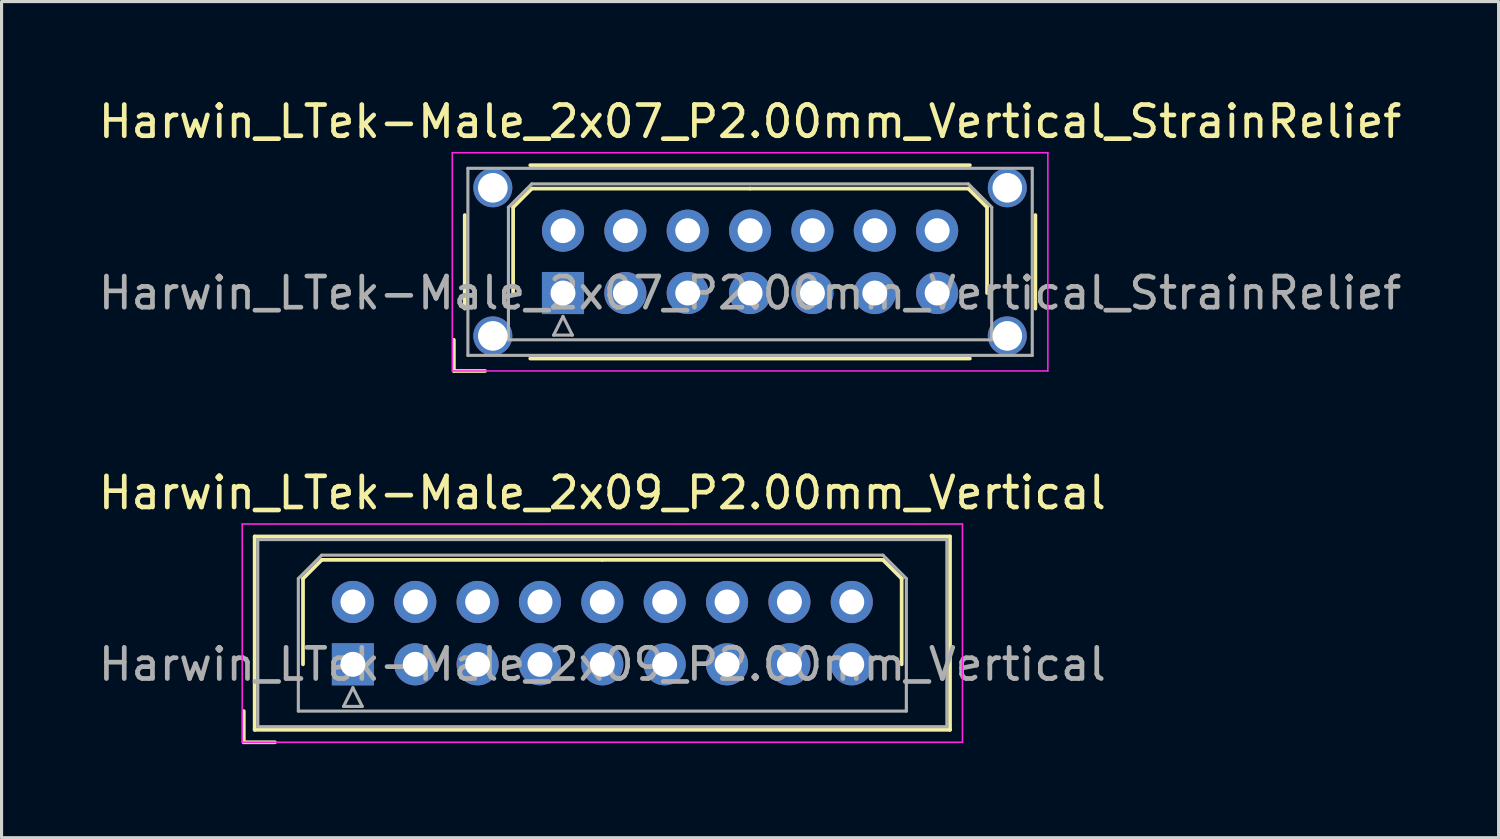
<source format=kicad_pcb>
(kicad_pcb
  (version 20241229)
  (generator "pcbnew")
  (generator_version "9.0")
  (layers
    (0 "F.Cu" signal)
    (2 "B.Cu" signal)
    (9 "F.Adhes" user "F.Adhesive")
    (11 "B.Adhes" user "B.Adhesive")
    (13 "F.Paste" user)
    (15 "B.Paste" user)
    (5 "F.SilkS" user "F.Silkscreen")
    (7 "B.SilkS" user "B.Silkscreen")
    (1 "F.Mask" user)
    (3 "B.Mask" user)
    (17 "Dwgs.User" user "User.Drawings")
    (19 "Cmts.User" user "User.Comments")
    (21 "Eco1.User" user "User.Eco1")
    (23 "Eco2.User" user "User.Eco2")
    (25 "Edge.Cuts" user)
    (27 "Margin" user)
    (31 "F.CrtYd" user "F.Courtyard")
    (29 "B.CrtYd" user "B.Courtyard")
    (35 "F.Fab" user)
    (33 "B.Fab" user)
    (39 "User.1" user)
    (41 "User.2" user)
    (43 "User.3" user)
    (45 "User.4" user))
  (footprint "Harwin_LTek-Male_2x09_P2.00mm_Vertical"
    (layer "F.Cu")
    (at 8.268 18.256)
    (property "Reference" "Harwin_LTek-Male_2x09_P2.00mm_Vertical" (at 8 -5.5 0) (layer "F.SilkS") (effects (font (size 1 1) (thickness 0.15))))
    (attr through_hole)
    (fp_line (start -3.5 1.5) (end -3.5 2.5) (stroke (width 0.12) (type solid)) (layer "F.SilkS"))
    (fp_line (start -3.5 2.5) (end -2.5 2.5) (stroke (width 0.12) (type solid)) (layer "F.SilkS"))
    (fp_line (start -3.15 -4.1) (end -3.15 2.1) (stroke (width 0.12) (type solid)) (layer "F.SilkS"))
    (fp_line (start -3.15 2.1) (end 19.15 2.1) (stroke (width 0.12) (type solid)) (layer "F.SilkS"))
    (fp_line (start -1.6 -2.75) (end -1 -3.35) (stroke (width 0.12) (type solid)) (layer "F.SilkS"))
    (fp_line (start -1.6 0) (end -1.6 -2.75) (stroke (width 0.12) (type solid)) (layer "F.SilkS"))
    (fp_line (start -1 -3.35) (end 8 -3.35) (stroke (width 0.12) (type solid)) (layer "F.SilkS"))
    (fp_line (start 17 -3.35) (end 8 -3.35) (stroke (width 0.12) (type solid)) (layer "F.SilkS"))
    (fp_line (start 17.6 -2.75) (end 17 -3.35) (stroke (width 0.12) (type solid)) (layer "F.SilkS"))
    (fp_line (start 17.6 0) (end 17.6 -2.75) (stroke (width 0.12) (type solid)) (layer "F.SilkS"))
    (fp_line (start 19.15 -4.1) (end -3.15 -4.1) (stroke (width 0.12) (type solid)) (layer "F.SilkS"))
    (fp_line (start 19.15 2.1) (end 19.15 -4.1) (stroke (width 0.12) (type solid)) (layer "F.SilkS"))
    (fp_line (start -3.55 -4.5) (end -3.55 2.5) (stroke (width 0.05) (type solid)) (layer "F.CrtYd"))
    (fp_line (start -3.55 2.5) (end 19.55 2.5) (stroke (width 0.05) (type solid)) (layer "F.CrtYd"))
    (fp_line (start 19.55 -4.5) (end -3.55 -4.5) (stroke (width 0.05) (type solid)) (layer "F.CrtYd"))
    (fp_line (start 19.55 2.5) (end 19.55 -4.5) (stroke (width 0.05) (type solid)) (layer "F.CrtYd"))
    (fp_line (start -3.05 -4) (end -3.05 2) (stroke (width 0.1) (type solid)) (layer "F.Fab"))
    (fp_line (start -3.05 2) (end 19.05 2) (stroke (width 0.1) (type solid)) (layer "F.Fab"))
    (fp_line (start -1.75 -2.75) (end -1 -3.5) (stroke (width 0.1) (type solid)) (layer "F.Fab"))
    (fp_line (start -1.75 1.5) (end -1.75 -2.75) (stroke (width 0.1) (type solid)) (layer "F.Fab"))
    (fp_line (start -1 -3.5) (end 17 -3.5) (stroke (width 0.1) (type solid)) (layer "F.Fab"))
    (fp_line (start -0.3 1.35) (end 0.3 1.35) (stroke (width 0.1) (type solid)) (layer "F.Fab"))
    (fp_line (start 0 0.75) (end -0.3 1.35) (stroke (width 0.1) (type solid)) (layer "F.Fab"))
    (fp_line (start 0.3 1.35) (end 0 0.75) (stroke (width 0.1) (type solid)) (layer "F.Fab"))
    (fp_line (start 17 -3.5) (end 17.75 -2.75) (stroke (width 0.1) (type solid)) (layer "F.Fab"))
    (fp_line (start 17.75 -2.75) (end 17.75 1.5) (stroke (width 0.1) (type solid)) (layer "F.Fab"))
    (fp_line (start 17.75 1.5) (end -1.75 1.5) (stroke (width 0.1) (type solid)) (layer "F.Fab"))
    (fp_line (start 19.05 -4) (end -3.05 -4) (stroke (width 0.1) (type solid)) (layer "F.Fab"))
    (fp_line (start 19.05 2) (end 19.05 -4) (stroke (width 0.1) (type solid)) (layer "F.Fab"))
    (fp_text user "${REFERENCE}" (at 8 0 0) (layer "F.Fab") (effects (font (size 1 1) (thickness 0.15))))
    (pad "1" thru_hole rect (at 0 0) (size 1.35 1.35) (drill 0.8) (layers "*.Cu" "*.Mask"))
    (pad "2" thru_hole circle (at 0 -2) (size 1.35 1.35) (drill 0.8) (layers "*.Cu" "*.Mask"))
    (pad "3" thru_hole circle (at 2 0) (size 1.35 1.35) (drill 0.8) (layers "*.Cu" "*.Mask"))
    (pad "4" thru_hole circle (at 2 -2) (size 1.35 1.35) (drill 0.8) (layers "*.Cu" "*.Mask"))
    (pad "5" thru_hole circle (at 4 0) (size 1.35 1.35) (drill 0.8) (layers "*.Cu" "*.Mask"))
    (pad "6" thru_hole circle (at 4 -2) (size 1.35 1.35) (drill 0.8) (layers "*.Cu" "*.Mask"))
    (pad "7" thru_hole circle (at 6 0) (size 1.35 1.35) (drill 0.8) (layers "*.Cu" "*.Mask"))
    (pad "8" thru_hole circle (at 6 -2) (size 1.35 1.35) (drill 0.8) (layers "*.Cu" "*.Mask"))
    (pad "9" thru_hole circle (at 8 0) (size 1.35 1.35) (drill 0.8) (layers "*.Cu" "*.Mask"))
    (pad "10" thru_hole circle (at 8 -2) (size 1.35 1.35) (drill 0.8) (layers "*.Cu" "*.Mask"))
    (pad "11" thru_hole circle (at 10 0) (size 1.35 1.35) (drill 0.8) (layers "*.Cu" "*.Mask"))
    (pad "12" thru_hole circle (at 10 -2) (size 1.35 1.35) (drill 0.8) (layers "*.Cu" "*.Mask"))
    (pad "13" thru_hole circle (at 12 0) (size 1.35 1.35) (drill 0.8) (layers "*.Cu" "*.Mask"))
    (pad "14" thru_hole circle (at 12 -2) (size 1.35 1.35) (drill 0.8) (layers "*.Cu" "*.Mask"))
    (pad "15" thru_hole circle (at 14 0) (size 1.35 1.35) (drill 0.8) (layers "*.Cu" "*.Mask"))
    (pad "16" thru_hole circle (at 14 -2) (size 1.35 1.35) (drill 0.8) (layers "*.Cu" "*.Mask"))
    (pad "17" thru_hole circle (at 16 0) (size 1.35 1.35) (drill 0.8) (layers "*.Cu" "*.Mask"))
    (pad "18" thru_hole circle (at 16 -2) (size 1.35 1.35) (drill 0.8) (layers "*.Cu" "*.Mask")))
  (footprint "Harwin_LTek-Male_2x07_P2.00mm_Vertical_StrainRelief"
    (layer "F.Cu")
    (at 15.006 6.348)
    (property "Reference" "Harwin_LTek-Male_2x07_P2.00mm_Vertical_StrainRelief" (at 6 -5.5 0) (layer "F.SilkS") (effects (font (size 1 1) (thickness 0.15))))
    (attr through_hole)
    (fp_line (start -3.5 1.5) (end -3.5 2.5) (stroke (width 0.12) (type solid)) (layer "F.SilkS"))
    (fp_line (start -3.5 2.5) (end -2.5 2.5) (stroke (width 0.12) (type solid)) (layer "F.SilkS"))
    (fp_line (start -3.15 -2.5) (end -3.15 0.5) (stroke (width 0.12) (type solid)) (layer "F.SilkS"))
    (fp_line (start -1.6 -2.75) (end -1 -3.35) (stroke (width 0.12) (type solid)) (layer "F.SilkS"))
    (fp_line (start -1.6 0) (end -1.6 -2.75) (stroke (width 0.12) (type solid)) (layer "F.SilkS"))
    (fp_line (start -1.05 -4.1) (end 13.05 -4.1) (stroke (width 0.12) (type solid)) (layer "F.SilkS"))
    (fp_line (start -1.05 2.1) (end 13.05 2.1) (stroke (width 0.12) (type solid)) (layer "F.SilkS"))
    (fp_line (start -1 -3.35) (end 6 -3.35) (stroke (width 0.12) (type solid)) (layer "F.SilkS"))
    (fp_line (start 13 -3.35) (end 6 -3.35) (stroke (width 0.12) (type solid)) (layer "F.SilkS"))
    (fp_line (start 13.6 -2.75) (end 13 -3.35) (stroke (width 0.12) (type solid)) (layer "F.SilkS"))
    (fp_line (start 13.6 0) (end 13.6 -2.75) (stroke (width 0.12) (type solid)) (layer "F.SilkS"))
    (fp_line (start 15.15 -2.5) (end 15.15 0.5) (stroke (width 0.12) (type solid)) (layer "F.SilkS"))
    (fp_line (start -3.55 -4.5) (end -3.55 2.5) (stroke (width 0.05) (type solid)) (layer "F.CrtYd"))
    (fp_line (start -3.55 2.5) (end 15.55 2.5) (stroke (width 0.05) (type solid)) (layer "F.CrtYd"))
    (fp_line (start 15.55 -4.5) (end -3.55 -4.5) (stroke (width 0.05) (type solid)) (layer "F.CrtYd"))
    (fp_line (start 15.55 2.5) (end 15.55 -4.5) (stroke (width 0.05) (type solid)) (layer "F.CrtYd"))
    (fp_line (start -3.05 -4) (end -3.05 2) (stroke (width 0.1) (type solid)) (layer "F.Fab"))
    (fp_line (start -3.05 2) (end 15.05 2) (stroke (width 0.1) (type solid)) (layer "F.Fab"))
    (fp_line (start -1.75 -2.75) (end -1 -3.5) (stroke (width 0.1) (type solid)) (layer "F.Fab"))
    (fp_line (start -1.75 1.5) (end -1.75 -2.75) (stroke (width 0.1) (type solid)) (layer "F.Fab"))
    (fp_line (start -1 -3.5) (end 13 -3.5) (stroke (width 0.1) (type solid)) (layer "F.Fab"))
    (fp_line (start -0.3 1.35) (end 0.3 1.35) (stroke (width 0.1) (type solid)) (layer "F.Fab"))
    (fp_line (start 0 0.75) (end -0.3 1.35) (stroke (width 0.1) (type solid)) (layer "F.Fab"))
    (fp_line (start 0.3 1.35) (end 0 0.75) (stroke (width 0.1) (type solid)) (layer "F.Fab"))
    (fp_line (start 13 -3.5) (end 13.75 -2.75) (stroke (width 0.1) (type solid)) (layer "F.Fab"))
    (fp_line (start 13.75 -2.75) (end 13.75 1.5) (stroke (width 0.1) (type solid)) (layer "F.Fab"))
    (fp_line (start 13.75 1.5) (end -1.75 1.5) (stroke (width 0.1) (type solid)) (layer "F.Fab"))
    (fp_line (start 15.05 -4) (end -3.05 -4) (stroke (width 0.1) (type solid)) (layer "F.Fab"))
    (fp_line (start 15.05 2) (end 15.05 -4) (stroke (width 0.1) (type solid)) (layer "F.Fab"))
    (fp_text user "${REFERENCE}" (at 6 0 0) (layer "F.Fab") (effects (font (size 1 1) (thickness 0.15))))
    (pad "" thru_hole circle (at -2.25 -3.375) (size 1.25 1.25) (drill 0.95) (layers "*.Cu" "*.Mask"))
    (pad "" thru_hole circle (at -2.25 1.375) (size 1.25 1.25) (drill 0.95) (layers "*.Cu" "*.Mask"))
    (pad "" thru_hole circle (at 14.25 -3.375) (size 1.25 1.25) (drill 0.95) (layers "*.Cu" "*.Mask"))
    (pad "" thru_hole circle (at 14.25 1.375) (size 1.25 1.25) (drill 0.95) (layers "*.Cu" "*.Mask"))
    (pad "1" thru_hole rect (at 0 0) (size 1.35 1.35) (drill 0.8) (layers "*.Cu" "*.Mask"))
    (pad "2" thru_hole circle (at 0 -2) (size 1.35 1.35) (drill 0.8) (layers "*.Cu" "*.Mask"))
    (pad "3" thru_hole circle (at 2 0) (size 1.35 1.35) (drill 0.8) (layers "*.Cu" "*.Mask"))
    (pad "4" thru_hole circle (at 2 -2) (size 1.35 1.35) (drill 0.8) (layers "*.Cu" "*.Mask"))
    (pad "5" thru_hole circle (at 4 0) (size 1.35 1.35) (drill 0.8) (layers "*.Cu" "*.Mask"))
    (pad "6" thru_hole circle (at 4 -2) (size 1.35 1.35) (drill 0.8) (layers "*.Cu" "*.Mask"))
    (pad "7" thru_hole circle (at 6 0) (size 1.35 1.35) (drill 0.8) (layers "*.Cu" "*.Mask"))
    (pad "8" thru_hole circle (at 6 -2) (size 1.35 1.35) (drill 0.8) (layers "*.Cu" "*.Mask"))
    (pad "9" thru_hole circle (at 8 0) (size 1.35 1.35) (drill 0.8) (layers "*.Cu" "*.Mask"))
    (pad "10" thru_hole circle (at 8 -2) (size 1.35 1.35) (drill 0.8) (layers "*.Cu" "*.Mask"))
    (pad "11" thru_hole circle (at 10 0) (size 1.35 1.35) (drill 0.8) (layers "*.Cu" "*.Mask"))
    (pad "12" thru_hole circle (at 10 -2) (size 1.35 1.35) (drill 0.8) (layers "*.Cu" "*.Mask"))
    (pad "13" thru_hole circle (at 12 0) (size 1.35 1.35) (drill 0.8) (layers "*.Cu" "*.Mask"))
    (pad "14" thru_hole circle (at 12 -2) (size 1.35 1.35) (drill 0.8) (layers "*.Cu" "*.Mask")))
  (gr_rect
    (start -3 -3)
    (end 45.012 23.817)
    (stroke (width 0.1) (type default))
    (fill no)
    (layer "Edge.Cuts")))
</source>
